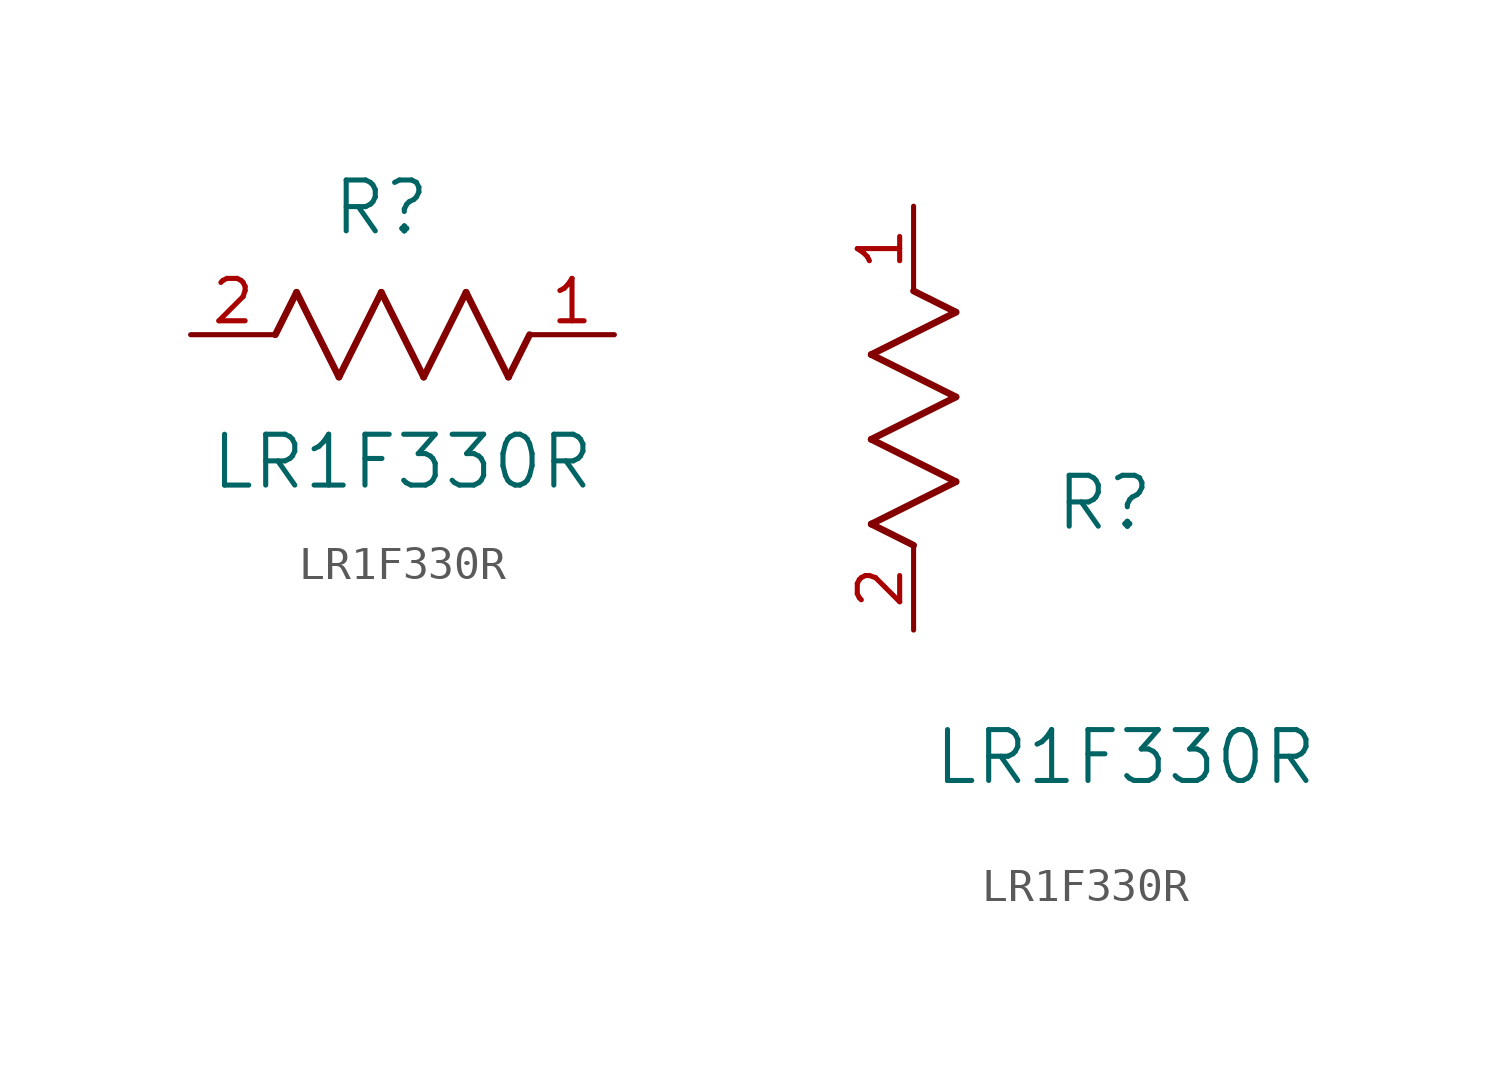
<source format=kicad_sym>
(kicad_symbol_lib
  (version 20211014)
  (generator kicad_symbol_editor)
  (symbol "LR1F330R"
    (pin_names
      (offset 0.254))
    (property "Reference" "R"
      (at 5.715 3.81 0)
      (effects (font (size 1.524 1.524))))
    (property "Value" "LR1F330R"
      (at 6.35 -3.81 0)
      (effects (font (size 1.524 1.524))))
    (symbol "LR1F330R_1_1"
      (polyline (pts (xy 3.175 1.27) (xy 4.445 -1.27)) (stroke (width 0.203) (type default) (color 0 0 0 0)) (fill (type none)))
      (polyline (pts (xy 4.445 -1.27) (xy 5.715 1.27)) (stroke (width 0.203) (type default) (color 0 0 0 0)) (fill (type none)))
      (polyline (pts (xy 5.715 1.27) (xy 6.985 -1.27)) (stroke (width 0.203) (type default) (color 0 0 0 0)) (fill (type none)))
      (polyline (pts (xy 6.985 -1.27) (xy 8.255 1.27)) (stroke (width 0.203) (type default) (color 0 0 0 0)) (fill (type none)))
      (polyline (pts (xy 8.255 1.27) (xy 9.525 -1.27)) (stroke (width 0.203) (type default) (color 0 0 0 0)) (fill (type none)))
      (polyline (pts (xy 2.54 0) (xy 3.175 1.27)) (stroke (width 0.203) (type default) (color 0 0 0 0)) (fill (type none)))
      (polyline (pts (xy 9.525 -1.27) (xy 10.16 0)) (stroke (width 0.203) (type default) (color 0 0 0 0)) (fill (type none)))
      (pin unspecified line (at 0 0 0) (length 2.54) (name "" (effects (font (size 1.27 1.27)))) (number "2" (effects (font (size 1.27 1.27)))))
      (pin unspecified line (at 12.7 0 180) (length 2.54) (name "" (effects (font (size 1.27 1.27)))) (number "1" (effects (font (size 1.27 1.27))))))
    (symbol "LR1F330R_1_2"
      (polyline (pts (xy 0 2.54) (xy -1.27 3.175)) (stroke (width 0.203) (type default) (color 0 0 0 0)) (fill (type none)))
      (polyline (pts (xy -1.27 3.175) (xy 1.27 4.445)) (stroke (width 0.203) (type default) (color 0 0 0 0)) (fill (type none)))
      (polyline (pts (xy 1.27 4.445) (xy -1.27 5.715)) (stroke (width 0.203) (type default) (color 0 0 0 0)) (fill (type none)))
      (polyline (pts (xy -1.27 5.715) (xy 1.27 6.985)) (stroke (width 0.203) (type default) (color 0 0 0 0)) (fill (type none)))
      (polyline (pts (xy -1.27 8.255) (xy 1.27 9.525)) (stroke (width 0.203) (type default) (color 0 0 0 0)) (fill (type none)))
      (polyline (pts (xy 1.27 9.525) (xy 0 10.16)) (stroke (width 0.203) (type default) (color 0 0 0 0)) (fill (type none)))
      (polyline (pts (xy 1.27 6.985) (xy -1.27 8.255)) (stroke (width 0.203) (type default) (color 0 0 0 0)) (fill (type none)))
      (pin unspecified line (at 0 0 90) (length 2.54) (name "" (effects (font (size 1.27 1.27)))) (number "2" (effects (font (size 1.27 1.27)))))
      (pin unspecified line (at 0 12.7 270) (length 2.54) (name "" (effects (font (size 1.27 1.27)))) (number "1" (effects (font (size 1.27 1.27))))))))
</source>
